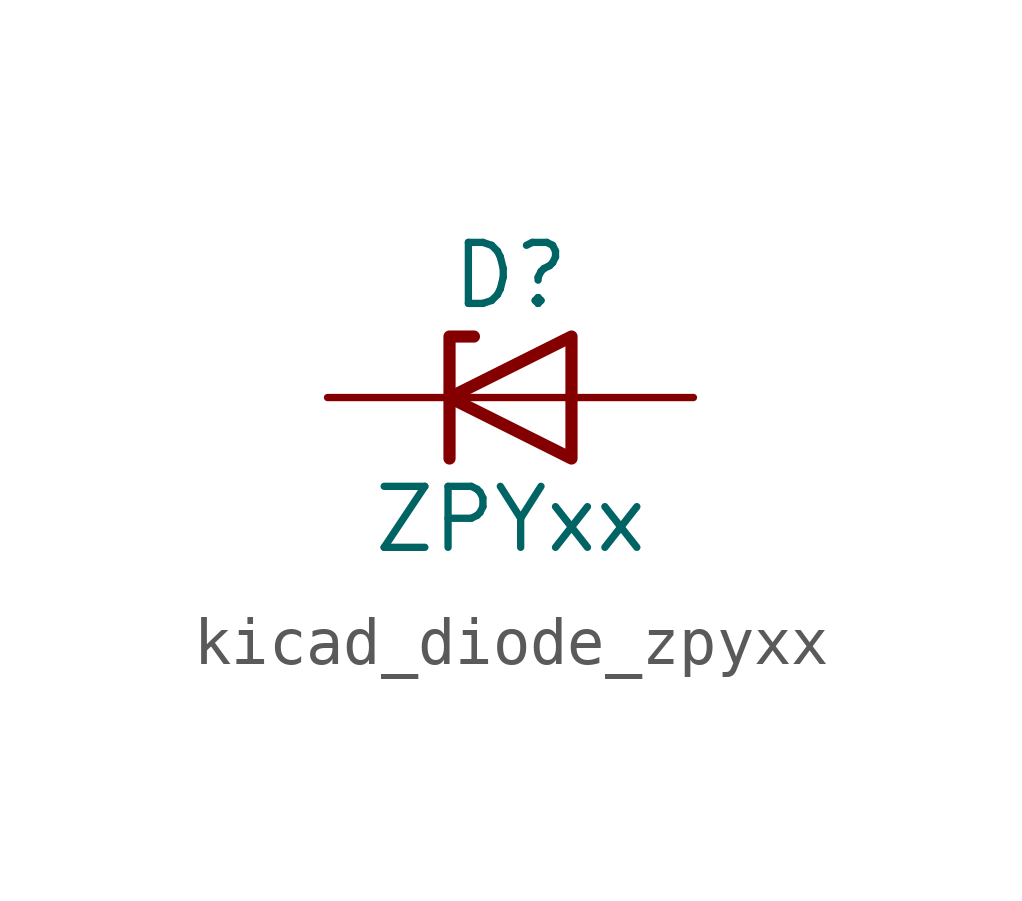
<source format=kicad_sym>
(kicad_symbol_lib
  (version 20220914)
  (generator kicad_symbol_editor)
  (symbol "kicad_diode_zpyxx"
    (pin_numbers hide)
    (pin_names hide)
    (property "Reference" "D"
      (at 0 2.54 0)
      (effects (font (size 1.27 1.27))))
    (property "Value" "ZPYxx"
      (at 0 -2.54 0)
      (effects (font (size 1.27 1.27))))
    (symbol "kicad_diode_zpyxx_0_1"
      (polyline (pts (xy 1.27 0) (xy -1.27 0)) (stroke (width 0) (type default)) (fill (type none)))
      (polyline (pts (xy -1.27 -1.27) (xy -1.27 1.27) (xy -0.762 1.27)) (stroke (width 0.254) (type default)) (fill (type none)))
      (polyline (pts (xy 1.27 -1.27) (xy 1.27 1.27) (xy -1.27 0) (xy 1.27 -1.27)) (stroke (width 0.254) (type default)) (fill (type none))))
    (symbol "kicad_diode_zpyxx_1_1"
      (pin passive line (at -3.81 0 0) (length 2.54) (name "K" (effects (font (size 1.27 1.27)))) (number "1" (effects (font (size 1.27 1.27)))))
      (pin passive line (at 3.81 0 180) (length 2.54) (name "A" (effects (font (size 1.27 1.27)))) (number "2" (effects (font (size 1.27 1.27))))))))
</source>
